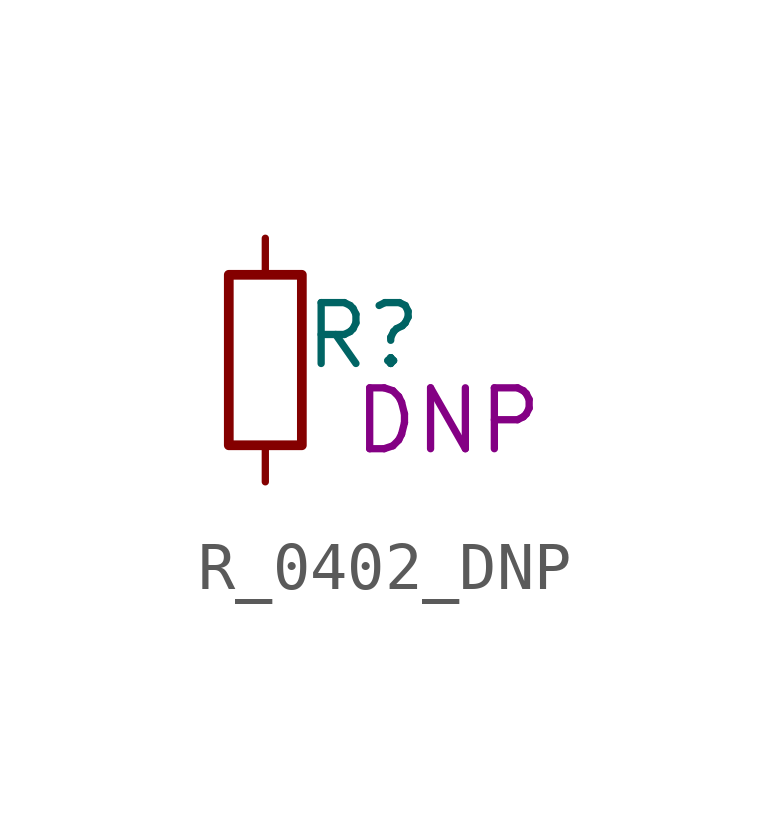
<source format=kicad_sym>
(kicad_symbol_lib
  (version 20211014)
  (generator kicad_symbol_editor)
  (symbol "R_0402_DNP"
    (pin_numbers hide)
    (pin_names
      (offset 0.254) hide)
    (property "Reference" "R"
      (at 0.762 0.508 0)
      (effects (font (size 1.27 1.27)) (justify left)))
    (property "Resistance" "DNP"
      (at 3.81 -1.27 0)
      (effects (font (size 1.27 1.27))))
    (symbol "R_0402_DNP_0_1"
      (rectangle (start -0.762 1.778) (end 0.762 -1.778) (stroke (width 0.203) (type default) (color 0 0 0 0)) (fill (type none))))
    (symbol "R_0402_DNP_1_1"
      (pin passive line (at 0 2.54 270) (length 0.762) (name "~" (effects (font (size 1.27 1.27)))) (number "1" (effects (font (size 1.27 1.27)))))
      (pin passive line (at 0 -2.54 90) (length 0.762) (name "~" (effects (font (size 1.27 1.27)))) (number "2" (effects (font (size 1.27 1.27))))))))
</source>
